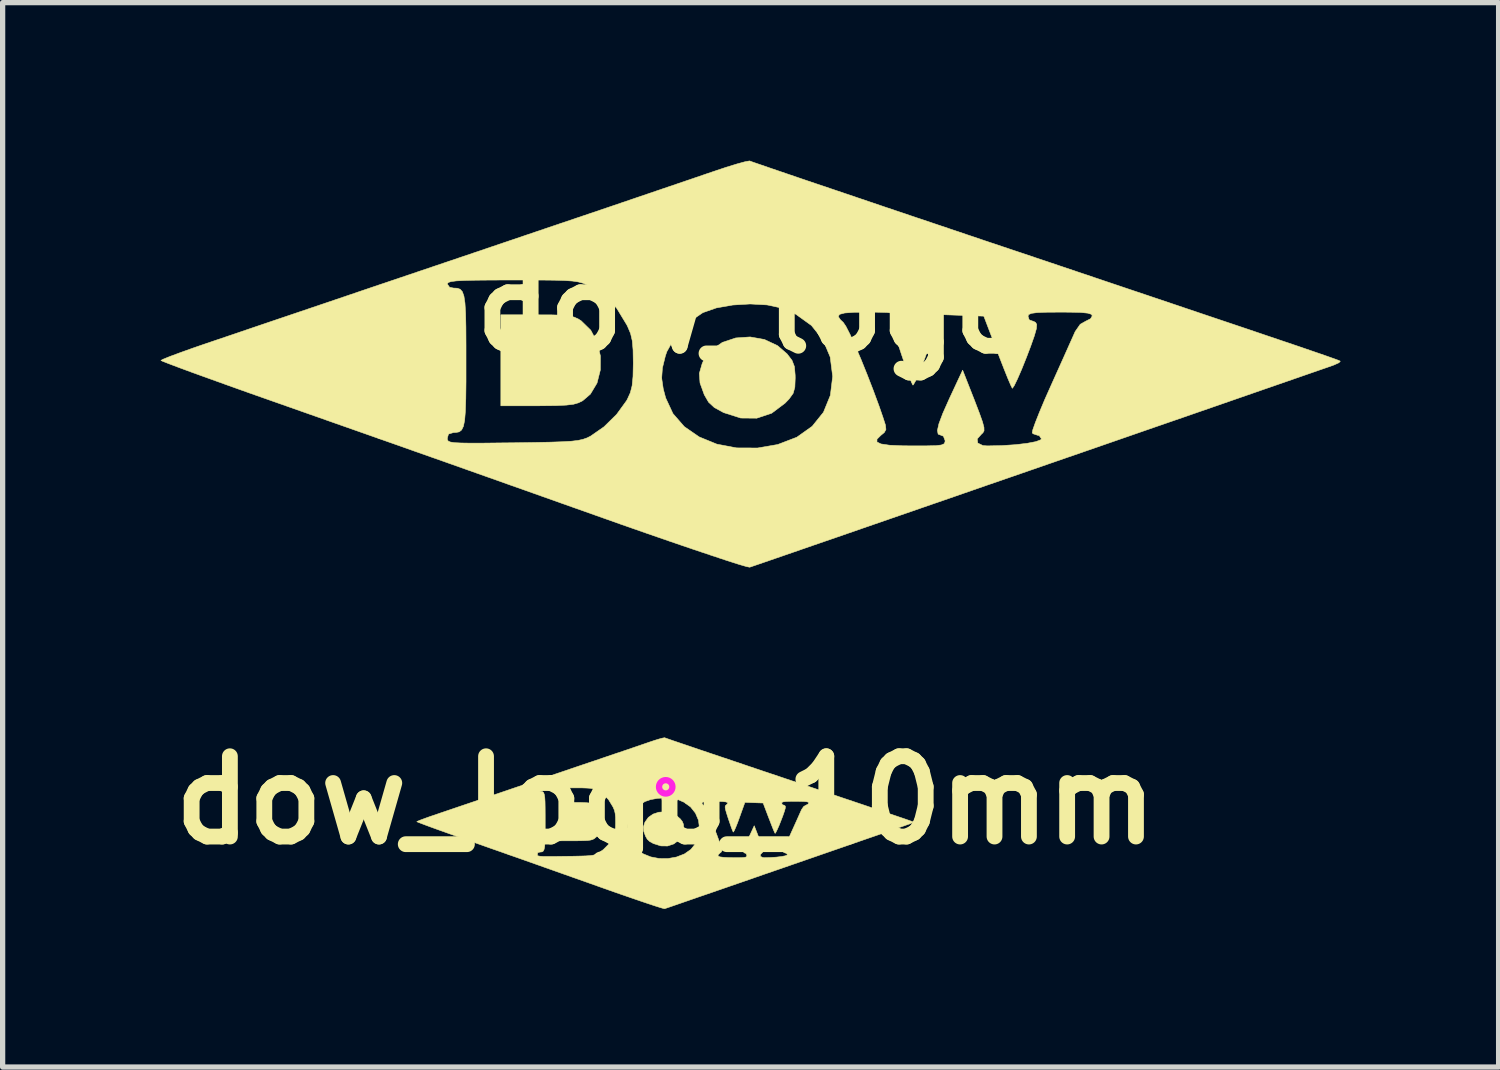
<source format=kicad_pcb>
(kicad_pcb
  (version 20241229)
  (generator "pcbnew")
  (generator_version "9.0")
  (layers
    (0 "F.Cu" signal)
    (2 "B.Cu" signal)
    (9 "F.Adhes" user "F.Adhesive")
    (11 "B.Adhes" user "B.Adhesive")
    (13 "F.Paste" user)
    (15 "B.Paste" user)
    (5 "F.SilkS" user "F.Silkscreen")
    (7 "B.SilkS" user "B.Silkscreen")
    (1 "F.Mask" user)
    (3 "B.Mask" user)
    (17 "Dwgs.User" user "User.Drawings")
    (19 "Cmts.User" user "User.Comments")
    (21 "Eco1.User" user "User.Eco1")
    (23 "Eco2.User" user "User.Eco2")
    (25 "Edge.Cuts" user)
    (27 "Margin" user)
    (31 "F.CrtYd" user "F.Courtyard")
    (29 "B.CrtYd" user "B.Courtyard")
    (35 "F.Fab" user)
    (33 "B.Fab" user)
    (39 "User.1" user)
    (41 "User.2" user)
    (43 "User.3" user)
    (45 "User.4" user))
  (footprint "dow_logo"
    (layer "F.Cu")
    (at 11.232 2.824)
    (property "Reference" "dow_logo" (at 0 0 0) (layer "F.SilkS") (effects (font (size 1.524 1.524) (thickness 0.3))))
    (attr exclude_from_pos_files exclude_from_bom)
    (fp_poly (pts (xy -3.817 0.103) (xy -3.618 0.109) (xy -3.48 0.122) (xy -3.382 0.146) (xy -3.303 0.182) (xy -3.25 0.216) (xy -3.068 0.394) (xy -2.946 0.624) (xy -2.885 0.883) (xy -2.886 1.148) (xy -2.949 1.397) (xy -3.075 1.607) (xy -3.222 1.733) (xy -3.301 1.772) (xy -3.398 1.8) (xy -3.533 1.816) (xy -3.726 1.825) (xy -3.997 1.828) (xy -4.077 1.829) (xy -4.775 1.829) (xy -4.775 0.102) (xy -4.097 0.102) (xy -3.817 0.103)) (stroke (width 0.01) (type solid)) (fill yes) (layer "F.SilkS"))
    (fp_poly (pts (xy 0.228 0.57) (xy 0.477 0.687) (xy 0.658 0.843) (xy 0.752 0.966) (xy 0.798 1.085) (xy 0.812 1.248) (xy 0.813 1.303) (xy 0.806 1.476) (xy 0.774 1.592) (xy 0.698 1.698) (xy 0.621 1.778) (xy 0.366 1.97) (xy 0.083 2.064) (xy -0.222 2.061) (xy -0.543 1.959) (xy -0.548 1.957) (xy -0.722 1.862) (xy -0.832 1.76) (xy -0.915 1.616) (xy -0.915 1.614) (xy -0.994 1.396) (xy -1.007 1.214) (xy -0.953 1.027) (xy -0.932 0.981) (xy -0.781 0.772) (xy -0.569 0.625) (xy -0.316 0.541) (xy -0.043 0.522) (xy 0.228 0.57)) (stroke (width 0.01) (type solid)) (fill yes) (layer "F.SilkS"))
    (fp_poly (pts (xy -0.048 -2.818) (xy 0.005 -2.798) (xy 0.148 -2.749) (xy 0.374 -2.671) (xy 0.676 -2.568) (xy 1.048 -2.441) (xy 1.484 -2.294) (xy 1.977 -2.127) (xy 2.52 -1.943) (xy 3.107 -1.745) (xy 3.731 -1.535) (xy 4.385 -1.314) (xy 4.734 -1.197) (xy 5.651 -0.889) (xy 6.476 -0.611) (xy 7.215 -0.362) (xy 7.872 -0.141) (xy 8.452 0.055) (xy 8.96 0.226) (xy 9.4 0.374) (xy 9.777 0.502) (xy 10.097 0.61) (xy 10.363 0.7) (xy 10.581 0.775) (xy 10.756 0.835) (xy 10.892 0.882) (xy 10.993 0.918) (xy 11.066 0.944) (xy 11.115 0.962) (xy 11.143 0.974) (xy 11.157 0.981) (xy 11.16 0.983) (xy 11.133 1.012) (xy 11.037 1.055) (xy 11.013 1.064) (xy 10.913 1.099) (xy 10.725 1.164) (xy 10.457 1.257) (xy 10.117 1.375) (xy 9.713 1.515) (xy 9.252 1.675) (xy 8.742 1.852) (xy 8.191 2.043) (xy 7.606 2.245) (xy 6.995 2.457) (xy 6.366 2.675) (xy 5.726 2.896) (xy 5.083 3.119) (xy 4.445 3.339) (xy 3.82 3.556) (xy 3.215 3.765) (xy 2.637 3.965) (xy 2.096 4.152) (xy 1.597 4.325) (xy 1.149 4.479) (xy 0.76 4.614) (xy 0.438 4.725) (xy 0.189 4.811) (xy 0.022 4.868) (xy -0.051 4.893) (xy -0.111 4.881) (xy -0.259 4.838) (xy -0.485 4.766) (xy -0.78 4.668) (xy -1.137 4.548) (xy -1.547 4.408) (xy -2.001 4.251) (xy -2.49 4.08) (xy -2.972 3.909) (xy -3.593 3.689) (xy -4.133 3.497) (xy -4.602 3.331) (xy -5.016 3.184) (xy -5.386 3.053) (xy -5.727 2.932) (xy -6.05 2.818) (xy -6.371 2.705) (xy -6.7 2.588) (xy -7.053 2.464) (xy -7.442 2.327) (xy -7.88 2.173) (xy -8.38 1.997) (xy -8.956 1.794) (xy -9.081 1.75) (xy -9.524 1.594) (xy -9.936 1.447) (xy -10.308 1.313) (xy -10.63 1.197) (xy -10.892 1.1) (xy -11.085 1.027) (xy -11.199 0.982) (xy -11.227 0.967) (xy -11.181 0.943) (xy -11.055 0.892) (xy -10.864 0.821) (xy -10.624 0.735) (xy -10.427 0.667) (xy -10.15 0.573) (xy -9.842 0.469) (xy -9.499 0.352) (xy -9.113 0.221) (xy -8.678 0.074) (xy -8.188 -0.092) (xy -7.637 -0.279) (xy -7.036 -0.483) (xy -5.791 -0.483) (xy -5.748 -0.421) (xy -5.674 -0.406) (xy -5.603 -0.403) (xy -5.548 -0.384) (xy -5.506 -0.338) (xy -5.476 -0.255) (xy -5.456 -0.123) (xy -5.444 0.07) (xy -5.438 0.334) (xy -5.436 0.681) (xy -5.436 0.965) (xy -5.436 1.374) (xy -5.44 1.692) (xy -5.448 1.931) (xy -5.462 2.103) (xy -5.485 2.217) (xy -5.519 2.287) (xy -5.564 2.323) (xy -5.625 2.335) (xy -5.674 2.337) (xy -5.768 2.365) (xy -5.791 2.442) (xy -5.789 2.474) (xy -5.773 2.499) (xy -5.732 2.517) (xy -5.655 2.529) (xy -5.529 2.535) (xy -5.343 2.538) (xy -5.085 2.537) (xy -4.743 2.533) (xy -4.534 2.531) (xy -4.141 2.525) (xy -3.836 2.519) (xy -3.604 2.511) (xy -3.433 2.501) (xy -3.308 2.486) (xy -3.215 2.465) (xy -3.14 2.439) (xy -3.07 2.404) (xy -3.07 2.404) (xy -2.817 2.228) (xy -2.577 1.992) (xy -2.389 1.733) (xy -2.372 1.702) (xy -2.317 1.581) (xy -2.283 1.448) (xy -2.269 1.304) (xy -1.722 1.304) (xy -1.692 1.508) (xy -1.646 1.68) (xy -1.508 1.977) (xy -1.292 2.225) (xy -1.009 2.42) (xy -0.674 2.557) (xy -0.3 2.628) (xy 0.099 2.63) (xy 0.481 2.564) (xy 0.844 2.425) (xy 1.135 2.218) (xy 1.349 1.952) (xy 1.48 1.631) (xy 1.524 1.271) (xy 1.477 0.903) (xy 1.341 0.579) (xy 1.122 0.305) (xy 0.886 0.135) (xy 1.63 0.135) (xy 1.672 0.197) (xy 1.725 0.246) (xy 1.775 0.32) (xy 1.853 0.472) (xy 1.95 0.687) (xy 2.062 0.948) (xy 2.179 1.238) (xy 2.296 1.54) (xy 2.406 1.838) (xy 2.479 2.049) (xy 2.526 2.195) (xy 2.535 2.279) (xy 2.504 2.336) (xy 2.437 2.391) (xy 2.365 2.463) (xy 2.365 2.516) (xy 2.441 2.553) (xy 2.602 2.577) (xy 2.853 2.588) (xy 3.061 2.59) (xy 3.315 2.589) (xy 3.484 2.585) (xy 3.586 2.573) (xy 3.638 2.551) (xy 3.656 2.517) (xy 3.658 2.489) (xy 3.626 2.406) (xy 3.581 2.388) (xy 3.526 2.367) (xy 3.512 2.297) (xy 3.541 2.169) (xy 3.615 1.972) (xy 3.737 1.698) (xy 3.748 1.674) (xy 3.991 1.153) (xy 4.216 1.725) (xy 4.309 1.968) (xy 4.368 2.134) (xy 4.396 2.24) (xy 4.397 2.305) (xy 4.374 2.344) (xy 4.354 2.361) (xy 4.268 2.457) (xy 4.278 2.536) (xy 4.375 2.583) (xy 4.458 2.59) (xy 4.736 2.584) (xy 4.995 2.567) (xy 5.216 2.541) (xy 5.382 2.509) (xy 5.474 2.474) (xy 5.486 2.456) (xy 5.446 2.395) (xy 5.413 2.388) (xy 5.329 2.36) (xy 5.312 2.342) (xy 5.323 2.284) (xy 5.371 2.148) (xy 5.449 1.951) (xy 5.551 1.708) (xy 5.67 1.441) (xy 5.798 1.156) (xy 5.916 0.893) (xy 6.016 0.669) (xy 6.09 0.504) (xy 6.127 0.42) (xy 6.223 0.282) (xy 6.325 0.224) (xy 6.42 0.176) (xy 6.452 0.121) (xy 6.432 0.091) (xy 6.364 0.07) (xy 6.232 0.057) (xy 6.023 0.052) (xy 5.842 0.051) (xy 5.579 0.053) (xy 5.402 0.06) (xy 5.296 0.074) (xy 5.245 0.097) (xy 5.232 0.127) (xy 5.253 0.195) (xy 5.271 0.204) (xy 5.343 0.229) (xy 5.376 0.247) (xy 5.397 0.285) (xy 5.391 0.365) (xy 5.353 0.499) (xy 5.281 0.703) (xy 5.203 0.908) (xy 5.112 1.135) (xy 5.032 1.319) (xy 4.971 1.445) (xy 4.936 1.496) (xy 4.933 1.495) (xy 4.905 1.439) (xy 4.848 1.306) (xy 4.771 1.114) (xy 4.68 0.88) (xy 4.648 0.796) (xy 4.393 0.127) (xy 3.571 0.098) (xy 3.325 0.786) (xy 3.236 1.027) (xy 3.156 1.225) (xy 3.093 1.366) (xy 3.053 1.433) (xy 3.045 1.435) (xy 3.016 1.374) (xy 2.964 1.237) (xy 2.895 1.045) (xy 2.825 0.838) (xy 2.746 0.595) (xy 2.699 0.429) (xy 2.68 0.324) (xy 2.686 0.262) (xy 2.714 0.225) (xy 2.717 0.223) (xy 2.789 0.157) (xy 2.792 0.109) (xy 2.717 0.077) (xy 2.558 0.058) (xy 2.307 0.051) (xy 2.21 0.051) (xy 1.935 0.054) (xy 1.753 0.067) (xy 1.654 0.093) (xy 1.63 0.135) (xy 0.886 0.135) (xy 0.825 0.091) (xy 0.55 -0.028) (xy 0.279 -0.086) (xy -0.041 -0.104) (xy -0.375 -0.084) (xy -0.685 -0.029) (xy -0.936 0.059) (xy -0.947 0.065) (xy -1.231 0.259) (xy -1.464 0.513) (xy -1.624 0.801) (xy -1.652 0.883) (xy -1.708 1.111) (xy -1.722 1.304) (xy -2.269 1.304) (xy -2.266 1.274) (xy -2.261 1.028) (xy -2.261 1.016) (xy -2.265 0.77) (xy -2.28 0.595) (xy -2.312 0.457) (xy -2.367 0.327) (xy -2.383 0.294) (xy -2.575 -0.022) (xy -2.792 -0.255) (xy -3.053 -0.425) (xy -3.058 -0.427) (xy -3.143 -0.468) (xy -3.221 -0.5) (xy -3.307 -0.523) (xy -3.415 -0.539) (xy -3.56 -0.549) (xy -3.756 -0.555) (xy -4.018 -0.558) (xy -4.361 -0.559) (xy -4.557 -0.559) (xy -4.947 -0.558) (xy -5.247 -0.555) (xy -5.469 -0.55) (xy -5.622 -0.542) (xy -5.72 -0.529) (xy -5.772 -0.512) (xy -5.791 -0.489) (xy -5.791 -0.483) (xy -7.036 -0.483) (xy -7.017 -0.489) (xy -6.323 -0.724) (xy -5.548 -0.986) (xy -4.686 -1.278) (xy -4.267 -1.42) (xy -3.727 -1.603) (xy -3.197 -1.782) (xy -2.689 -1.954) (xy -2.214 -2.116) (xy -1.782 -2.263) (xy -1.406 -2.391) (xy -1.095 -2.497) (xy -0.861 -2.577) (xy -0.743 -2.617) (xy -0.501 -2.698) (xy -0.293 -2.762) (xy -0.139 -2.804) (xy -0.056 -2.819) (xy -0.048 -2.818)) (stroke (width 0.01) (type solid)) (fill yes) (layer "F.SilkS")))
  (footprint "dow_logo_10mm"
    (layer "F.Cu")
    (at 9.587 12.14)
    (property "Reference" "dow_logo_10mm" (at 0 0 0) (layer "F.SilkS") (effects (font (size 1.524 1.524) (thickness 0.3))))
    (attr through_hole)
    (fp_poly (pts (xy -1.607 0.043) (xy -1.523 0.046) (xy -1.465 0.051) (xy -1.423 0.061) (xy -1.39 0.077) (xy -1.368 0.091) (xy -1.291 0.166) (xy -1.24 0.263) (xy -1.214 0.371) (xy -1.215 0.483) (xy -1.241 0.588) (xy -1.294 0.676) (xy -1.356 0.729) (xy -1.389 0.746) (xy -1.43 0.757) (xy -1.487 0.765) (xy -1.568 0.768) (xy -1.682 0.77) (xy -1.716 0.77) (xy -2.01 0.77) (xy -2.01 0.043) (xy -1.724 0.043) (xy -1.607 0.043)) (stroke (width 0.01) (type solid)) (fill yes) (layer "F.SilkS"))
    (fp_poly (pts (xy 0.096 0.24) (xy 0.201 0.289) (xy 0.277 0.355) (xy 0.316 0.406) (xy 0.336 0.457) (xy 0.342 0.525) (xy 0.342 0.548) (xy 0.339 0.621) (xy 0.326 0.67) (xy 0.294 0.715) (xy 0.261 0.748) (xy 0.154 0.829) (xy 0.035 0.869) (xy -0.093 0.867) (xy -0.229 0.824) (xy -0.231 0.824) (xy -0.304 0.784) (xy -0.35 0.741) (xy -0.385 0.68) (xy -0.385 0.679) (xy -0.418 0.588) (xy -0.424 0.511) (xy -0.401 0.432) (xy -0.392 0.413) (xy -0.329 0.325) (xy -0.239 0.263) (xy -0.133 0.228) (xy -0.018 0.22) (xy 0.096 0.24)) (stroke (width 0.01) (type solid)) (fill yes) (layer "F.SilkS"))
    (fp_poly (pts (xy -0.02 -1.186) (xy 0.002 -1.178) (xy 0.062 -1.157) (xy 0.157 -1.124) (xy 0.284 -1.081) (xy 0.441 -1.028) (xy 0.625 -0.965) (xy 0.832 -0.895) (xy 1.061 -0.818) (xy 1.308 -0.735) (xy 1.57 -0.646) (xy 1.846 -0.553) (xy 1.992 -0.504) (xy 2.378 -0.374) (xy 2.726 -0.257) (xy 3.037 -0.152) (xy 3.313 -0.059) (xy 3.557 0.023) (xy 3.771 0.095) (xy 3.956 0.158) (xy 4.115 0.211) (xy 4.25 0.257) (xy 4.362 0.295) (xy 4.453 0.326) (xy 4.527 0.351) (xy 4.584 0.371) (xy 4.627 0.386) (xy 4.657 0.397) (xy 4.678 0.405) (xy 4.69 0.41) (xy 4.696 0.413) (xy 4.697 0.414) (xy 4.685 0.426) (xy 4.645 0.444) (xy 4.635 0.448) (xy 4.593 0.462) (xy 4.514 0.49) (xy 4.401 0.529) (xy 4.258 0.579) (xy 4.088 0.638) (xy 3.894 0.705) (xy 3.679 0.779) (xy 3.447 0.86) (xy 3.201 0.945) (xy 2.944 1.034) (xy 2.679 1.126) (xy 2.41 1.219) (xy 2.139 1.313) (xy 1.871 1.405) (xy 1.608 1.497) (xy 1.353 1.585) (xy 1.11 1.669) (xy 0.882 1.748) (xy 0.672 1.82) (xy 0.484 1.885) (xy 0.32 1.942) (xy 0.184 1.989) (xy 0.08 2.025) (xy 0.009 2.049) (xy -0.021 2.059) (xy -0.047 2.054) (xy -0.109 2.036) (xy -0.204 2.006) (xy -0.328 1.965) (xy -0.479 1.914) (xy -0.651 1.855) (xy -0.842 1.789) (xy -1.048 1.717) (xy -1.251 1.645) (xy -1.512 1.552) (xy -1.739 1.472) (xy -1.937 1.402) (xy -2.111 1.34) (xy -2.267 1.285) (xy -2.41 1.234) (xy -2.546 1.186) (xy -2.681 1.138) (xy -2.82 1.089) (xy -2.969 1.037) (xy -3.132 0.979) (xy -3.316 0.915) (xy -3.527 0.84) (xy -3.769 0.755) (xy -3.822 0.737) (xy -4.008 0.671) (xy -4.182 0.609) (xy -4.339 0.553) (xy -4.474 0.504) (xy -4.584 0.463) (xy -4.665 0.432) (xy -4.713 0.413) (xy -4.725 0.407) (xy -4.706 0.397) (xy -4.653 0.375) (xy -4.572 0.345) (xy -4.472 0.309) (xy -4.388 0.281) (xy -4.272 0.241) (xy -4.142 0.197) (xy -3.998 0.148) (xy -3.836 0.093) (xy -3.653 0.031) (xy -3.446 -0.039) (xy -3.214 -0.117) (xy -2.961 -0.203) (xy -2.437 -0.203) (xy -2.419 -0.177) (xy -2.388 -0.171) (xy -2.358 -0.169) (xy -2.335 -0.161) (xy -2.317 -0.142) (xy -2.305 -0.107) (xy -2.296 -0.052) (xy -2.291 0.029) (xy -2.289 0.14) (xy -2.288 0.286) (xy -2.288 0.406) (xy -2.288 0.578) (xy -2.289 0.712) (xy -2.293 0.813) (xy -2.299 0.885) (xy -2.309 0.933) (xy -2.323 0.963) (xy -2.342 0.978) (xy -2.367 0.983) (xy -2.388 0.984) (xy -2.428 0.995) (xy -2.437 1.028) (xy -2.436 1.041) (xy -2.43 1.052) (xy -2.413 1.059) (xy -2.38 1.064) (xy -2.327 1.067) (xy -2.249 1.068) (xy -2.14 1.068) (xy -1.996 1.066) (xy -1.908 1.065) (xy -1.743 1.063) (xy -1.614 1.06) (xy -1.517 1.057) (xy -1.445 1.052) (xy -1.392 1.046) (xy -1.353 1.038) (xy -1.322 1.026) (xy -1.292 1.012) (xy -1.292 1.012) (xy -1.185 0.938) (xy -1.085 0.838) (xy -1.006 0.729) (xy -0.998 0.716) (xy -0.975 0.665) (xy -0.961 0.61) (xy -0.955 0.549) (xy -0.725 0.549) (xy -0.712 0.635) (xy -0.693 0.707) (xy -0.635 0.832) (xy -0.544 0.937) (xy -0.425 1.019) (xy -0.284 1.076) (xy -0.126 1.106) (xy 0.042 1.107) (xy 0.202 1.079) (xy 0.355 1.02) (xy 0.478 0.934) (xy 0.568 0.821) (xy 0.623 0.686) (xy 0.641 0.535) (xy 0.622 0.38) (xy 0.564 0.244) (xy 0.472 0.128) (xy 0.373 0.057) (xy 0.686 0.057) (xy 0.704 0.083) (xy 0.726 0.103) (xy 0.747 0.135) (xy 0.78 0.199) (xy 0.821 0.289) (xy 0.868 0.399) (xy 0.917 0.521) (xy 0.967 0.648) (xy 1.013 0.774) (xy 1.044 0.862) (xy 1.063 0.924) (xy 1.067 0.959) (xy 1.054 0.983) (xy 1.026 1.006) (xy 0.995 1.037) (xy 0.995 1.059) (xy 1.027 1.075) (xy 1.095 1.084) (xy 1.201 1.089) (xy 1.288 1.09) (xy 1.395 1.09) (xy 1.467 1.088) (xy 1.509 1.083) (xy 1.531 1.074) (xy 1.539 1.059) (xy 1.539 1.048) (xy 1.526 1.013) (xy 1.507 1.005) (xy 1.484 0.996) (xy 1.478 0.967) (xy 1.49 0.913) (xy 1.521 0.83) (xy 1.573 0.715) (xy 1.578 0.705) (xy 1.68 0.485) (xy 1.774 0.726) (xy 1.814 0.828) (xy 1.838 0.898) (xy 1.85 0.943) (xy 1.85 0.97) (xy 1.841 0.987) (xy 1.832 0.994) (xy 1.796 1.034) (xy 1.8 1.067) (xy 1.841 1.087) (xy 1.876 1.09) (xy 1.993 1.087) (xy 2.102 1.08) (xy 2.195 1.069) (xy 2.265 1.056) (xy 2.304 1.041) (xy 2.309 1.034) (xy 2.292 1.008) (xy 2.278 1.005) (xy 2.243 0.993) (xy 2.236 0.986) (xy 2.24 0.961) (xy 2.26 0.904) (xy 2.293 0.821) (xy 2.336 0.719) (xy 2.386 0.606) (xy 2.44 0.487) (xy 2.49 0.376) (xy 2.532 0.282) (xy 2.563 0.212) (xy 2.579 0.177) (xy 2.619 0.119) (xy 2.662 0.094) (xy 2.702 0.074) (xy 2.715 0.051) (xy 2.707 0.038) (xy 2.678 0.029) (xy 2.623 0.024) (xy 2.535 0.022) (xy 2.459 0.021) (xy 2.348 0.022) (xy 2.274 0.025) (xy 2.229 0.031) (xy 2.207 0.041) (xy 2.202 0.053) (xy 2.211 0.082) (xy 2.218 0.086) (xy 2.249 0.096) (xy 2.263 0.104) (xy 2.272 0.12) (xy 2.269 0.153) (xy 2.253 0.21) (xy 2.223 0.296) (xy 2.19 0.382) (xy 2.152 0.478) (xy 2.118 0.555) (xy 2.092 0.608) (xy 2.077 0.63) (xy 2.076 0.629) (xy 2.064 0.606) (xy 2.04 0.55) (xy 2.008 0.469) (xy 1.97 0.37) (xy 1.956 0.335) (xy 1.849 0.053) (xy 1.676 0.047) (xy 1.503 0.041) (xy 1.399 0.331) (xy 1.362 0.432) (xy 1.328 0.516) (xy 1.302 0.575) (xy 1.285 0.603) (xy 1.281 0.604) (xy 1.269 0.578) (xy 1.247 0.521) (xy 1.219 0.44) (xy 1.189 0.353) (xy 1.156 0.25) (xy 1.136 0.181) (xy 1.128 0.136) (xy 1.13 0.11) (xy 1.142 0.095) (xy 1.144 0.094) (xy 1.174 0.066) (xy 1.175 0.046) (xy 1.143 0.032) (xy 1.077 0.025) (xy 0.971 0.022) (xy 0.93 0.021) (xy 0.814 0.023) (xy 0.738 0.028) (xy 0.696 0.039) (xy 0.686 0.057) (xy 0.373 0.057) (xy 0.347 0.038) (xy 0.232 -0.012) (xy 0.117 -0.036) (xy -0.017 -0.044) (xy -0.158 -0.035) (xy -0.288 -0.012) (xy -0.394 0.025) (xy -0.398 0.027) (xy -0.518 0.109) (xy -0.616 0.216) (xy -0.683 0.337) (xy -0.695 0.372) (xy -0.719 0.468) (xy -0.725 0.549) (xy -0.955 0.549) (xy -0.954 0.536) (xy -0.952 0.433) (xy -0.952 0.428) (xy -0.953 0.324) (xy -0.96 0.25) (xy -0.973 0.193) (xy -0.996 0.138) (xy -1.003 0.124) (xy -1.084 -0.009) (xy -1.175 -0.107) (xy -1.285 -0.179) (xy -1.287 -0.18) (xy -1.323 -0.197) (xy -1.356 -0.21) (xy -1.392 -0.22) (xy -1.437 -0.227) (xy -1.498 -0.231) (xy -1.581 -0.234) (xy -1.691 -0.235) (xy -1.835 -0.235) (xy -1.918 -0.235) (xy -2.082 -0.235) (xy -2.209 -0.234) (xy -2.302 -0.232) (xy -2.366 -0.228) (xy -2.407 -0.223) (xy -2.429 -0.216) (xy -2.437 -0.206) (xy -2.437 -0.203) (xy -2.961 -0.203) (xy -2.953 -0.206) (xy -2.661 -0.305) (xy -2.335 -0.415) (xy -1.972 -0.538) (xy -1.796 -0.598) (xy -1.569 -0.675) (xy -1.346 -0.75) (xy -1.132 -0.823) (xy -0.932 -0.891) (xy -0.75 -0.952) (xy -0.592 -1.006) (xy -0.461 -1.051) (xy -0.362 -1.085) (xy -0.313 -1.102) (xy -0.211 -1.136) (xy -0.123 -1.163) (xy -0.058 -1.18) (xy -0.023 -1.186) (xy -0.02 -1.186)) (stroke (width 0.01) (type solid)) (fill yes) (layer "F.SilkS"))
    (fp_circle (center 0 -0.254) (end 0.127 -0.254) (stroke (width 0.12) (type solid)) (fill no) (layer "F.CrtYd")))
  (gr_rect
    (start -3 -3)
    (end 25.397 17.205)
    (stroke (width 0.1) (type default))
    (fill no)
    (layer "Edge.Cuts")))
</source>
